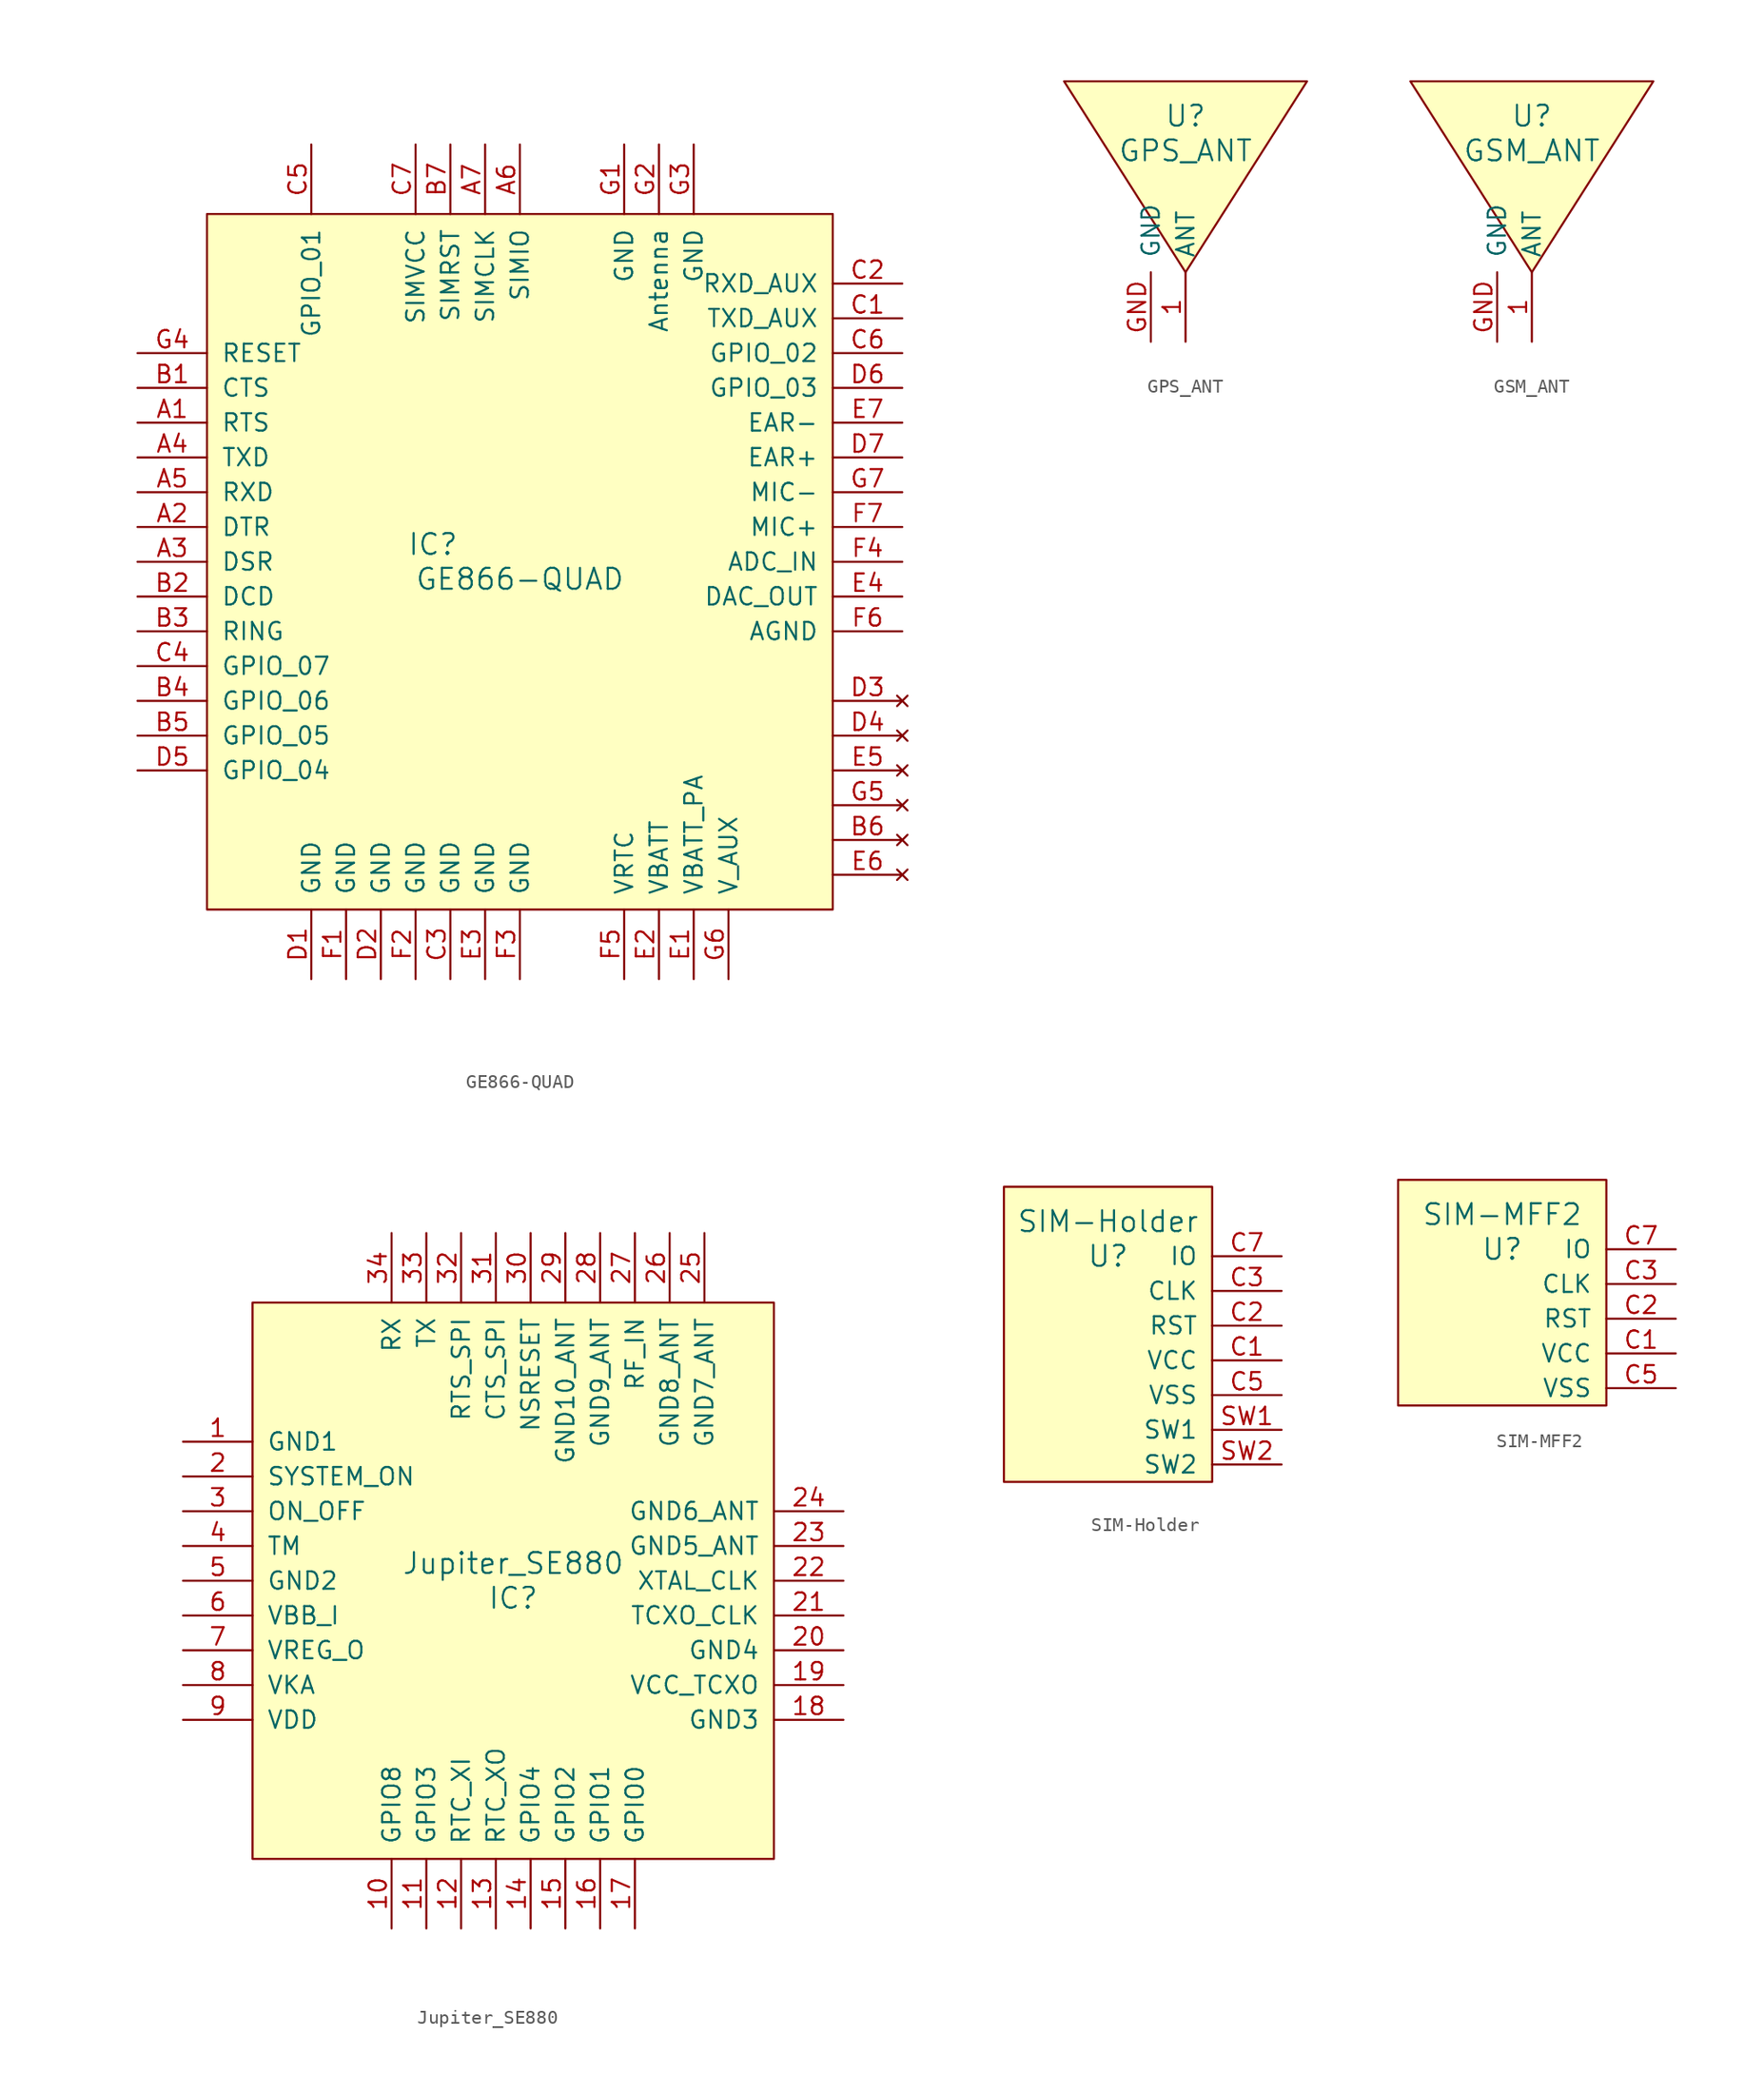
<source format=kicad_sym>
(kicad_symbol_lib
  (version 20241209)
  (generator "kicad_symbol_editor")
  (generator_version "9.0")
  (symbol "GE866-QUAD"
    (pin_names
      (offset 1.016))
    (property "Reference" "IC"
      (at -6.35 1.27 0)
      (effects (font (size 1.524 1.524))))
    (property "Value" "GE866-QUAD"
      (at 0 -1.27 0)
      (effects (font (size 1.524 1.524))))
    (property "Footprint" ""
      (at 0 -1.27 0)
      (effects (font (size 1.524 1.524))))
    (property "Datasheet" ""
      (at 0 -1.27 0)
      (effects (font (size 1.524 1.524))))
    (symbol "GE866-QUAD_0_1"
      (rectangle (start -22.86 25.4) (end 22.86 -25.4) (stroke (width 0) (type solid)) (fill (type background))))
    (symbol "GE866-QUAD_1_1"
      (pin input line (at -27.94 15.24 0) (length 5.08) (name "RESET" (effects (font (size 1.27 1.27)))) (number "G4" (effects (font (size 1.27 1.27)))))
      (pin output line (at -27.94 12.7 0) (length 5.08) (name "CTS" (effects (font (size 1.27 1.27)))) (number "B1" (effects (font (size 1.27 1.27)))))
      (pin input line (at -27.94 10.16 0) (length 5.08) (name "RTS" (effects (font (size 1.27 1.27)))) (number "A1" (effects (font (size 1.27 1.27)))))
      (pin input line (at -27.94 7.62 0) (length 5.08) (name "TXD" (effects (font (size 1.27 1.27)))) (number "A4" (effects (font (size 1.27 1.27)))))
      (pin output line (at -27.94 5.08 0) (length 5.08) (name "RXD" (effects (font (size 1.27 1.27)))) (number "A5" (effects (font (size 1.27 1.27)))))
      (pin input line (at -27.94 2.54 0) (length 5.08) (name "DTR" (effects (font (size 1.27 1.27)))) (number "A2" (effects (font (size 1.27 1.27)))))
      (pin output line (at -27.94 0 0) (length 5.08) (name "DSR" (effects (font (size 1.27 1.27)))) (number "A3" (effects (font (size 1.27 1.27)))))
      (pin output line (at -27.94 -2.54 0) (length 5.08) (name "DCD" (effects (font (size 1.27 1.27)))) (number "B2" (effects (font (size 1.27 1.27)))))
      (pin output line (at -27.94 -5.08 0) (length 5.08) (name "RING" (effects (font (size 1.27 1.27)))) (number "B3" (effects (font (size 1.27 1.27)))))
      (pin bidirectional line (at -27.94 -7.62 0) (length 5.08) (name "GPIO_07" (effects (font (size 1.27 1.27)))) (number "C4" (effects (font (size 1.27 1.27)))))
      (pin bidirectional line (at -27.94 -10.16 0) (length 5.08) (name "GPIO_06" (effects (font (size 1.27 1.27)))) (number "B4" (effects (font (size 1.27 1.27)))))
      (pin bidirectional line (at -27.94 -12.7 0) (length 5.08) (name "GPIO_05" (effects (font (size 1.27 1.27)))) (number "B5" (effects (font (size 1.27 1.27)))))
      (pin bidirectional line (at -27.94 -15.24 0) (length 5.08) (name "GPIO_04" (effects (font (size 1.27 1.27)))) (number "D5" (effects (font (size 1.27 1.27)))))
      (pin bidirectional line (at -15.24 30.48 270) (length 5.08) (name "GPIO_01" (effects (font (size 1.27 1.27)))) (number "C5" (effects (font (size 1.27 1.27)))))
      (pin power_in line (at -15.24 -30.48 90) (length 5.08) (name "GND" (effects (font (size 1.27 1.27)))) (number "D1" (effects (font (size 1.27 1.27)))))
      (pin power_in line (at -12.7 -30.48 90) (length 5.08) (name "GND" (effects (font (size 1.27 1.27)))) (number "F1" (effects (font (size 1.27 1.27)))))
      (pin power_in line (at -10.16 -30.48 90) (length 5.08) (name "GND" (effects (font (size 1.27 1.27)))) (number "D2" (effects (font (size 1.27 1.27)))))
      (pin power_out line (at -7.62 30.48 270) (length 5.08) (name "SIMVCC" (effects (font (size 1.27 1.27)))) (number "C7" (effects (font (size 1.27 1.27)))))
      (pin power_in line (at -7.62 -30.48 90) (length 5.08) (name "GND" (effects (font (size 1.27 1.27)))) (number "F2" (effects (font (size 1.27 1.27)))))
      (pin output line (at -5.08 30.48 270) (length 5.08) (name "SIMRST" (effects (font (size 1.27 1.27)))) (number "B7" (effects (font (size 1.27 1.27)))))
      (pin input line (at -5.08 -30.48 90) (length 5.08) (name "GND" (effects (font (size 1.27 1.27)))) (number "C3" (effects (font (size 1.27 1.27)))))
      (pin output line (at -2.54 30.48 270) (length 5.08) (name "SIMCLK" (effects (font (size 1.27 1.27)))) (number "A7" (effects (font (size 1.27 1.27)))))
      (pin input line (at -2.54 -30.48 90) (length 5.08) (name "GND" (effects (font (size 1.27 1.27)))) (number "E3" (effects (font (size 1.27 1.27)))))
      (pin bidirectional line (at 0 30.48 270) (length 5.08) (name "SIMIO" (effects (font (size 1.27 1.27)))) (number "A6" (effects (font (size 1.27 1.27)))))
      (pin power_in line (at 0 -30.48 90) (length 5.08) (name "GND" (effects (font (size 1.27 1.27)))) (number "F3" (effects (font (size 1.27 1.27)))))
      (pin power_in line (at 7.62 30.48 270) (length 5.08) (name "GND" (effects (font (size 1.27 1.27)))) (number "G1" (effects (font (size 1.27 1.27)))))
      (pin bidirectional line (at 7.62 -30.48 90) (length 5.08) (name "VRTC" (effects (font (size 1.27 1.27)))) (number "F5" (effects (font (size 1.27 1.27)))))
      (pin input line (at 10.16 30.48 270) (length 5.08) (name "Antenna" (effects (font (size 1.27 1.27)))) (number "G2" (effects (font (size 1.27 1.27)))))
      (pin power_in line (at 10.16 -30.48 90) (length 5.08) (name "VBATT" (effects (font (size 1.27 1.27)))) (number "E2" (effects (font (size 1.27 1.27)))))
      (pin power_in line (at 12.7 30.48 270) (length 5.08) (name "GND" (effects (font (size 1.27 1.27)))) (number "G3" (effects (font (size 1.27 1.27)))))
      (pin power_in line (at 12.7 -30.48 90) (length 5.08) (name "VBATT_PA" (effects (font (size 1.27 1.27)))) (number "E1" (effects (font (size 1.27 1.27)))))
      (pin power_out line (at 15.24 -30.48 90) (length 5.08) (name "V_AUX" (effects (font (size 1.27 1.27)))) (number "G6" (effects (font (size 1.27 1.27)))))
      (pin input line (at 27.94 20.32 180) (length 5.08) (name "RXD_AUX" (effects (font (size 1.27 1.27)))) (number "C2" (effects (font (size 1.27 1.27)))))
      (pin output line (at 27.94 17.78 180) (length 5.08) (name "TXD_AUX" (effects (font (size 1.27 1.27)))) (number "C1" (effects (font (size 1.27 1.27)))))
      (pin bidirectional line (at 27.94 15.24 180) (length 5.08) (name "GPIO_02" (effects (font (size 1.27 1.27)))) (number "C6" (effects (font (size 1.27 1.27)))))
      (pin bidirectional line (at 27.94 12.7 180) (length 5.08) (name "GPIO_03" (effects (font (size 1.27 1.27)))) (number "D6" (effects (font (size 1.27 1.27)))))
      (pin output line (at 27.94 10.16 180) (length 5.08) (name "EAR-" (effects (font (size 1.27 1.27)))) (number "E7" (effects (font (size 1.27 1.27)))))
      (pin output line (at 27.94 7.62 180) (length 5.08) (name "EAR+" (effects (font (size 1.27 1.27)))) (number "D7" (effects (font (size 1.27 1.27)))))
      (pin input line (at 27.94 5.08 180) (length 5.08) (name "MIC-" (effects (font (size 1.27 1.27)))) (number "G7" (effects (font (size 1.27 1.27)))))
      (pin input line (at 27.94 2.54 180) (length 5.08) (name "MIC+" (effects (font (size 1.27 1.27)))) (number "F7" (effects (font (size 1.27 1.27)))))
      (pin input line (at 27.94 0 180) (length 5.08) (name "ADC_IN" (effects (font (size 1.27 1.27)))) (number "F4" (effects (font (size 1.27 1.27)))))
      (pin output line (at 27.94 -2.54 180) (length 5.08) (name "DAC_OUT" (effects (font (size 1.27 1.27)))) (number "E4" (effects (font (size 1.27 1.27)))))
      (pin power_in line (at 27.94 -5.08 180) (length 5.08) (name "AGND" (effects (font (size 1.27 1.27)))) (number "F6" (effects (font (size 1.27 1.27)))))
      (pin no_connect line (at 27.94 -10.16 180) (length 5.08) (name "~" (effects (font (size 1.27 1.27)))) (number "D3" (effects (font (size 1.27 1.27)))))
      (pin no_connect line (at 27.94 -12.7 180) (length 5.08) (name "~" (effects (font (size 1.27 1.27)))) (number "D4" (effects (font (size 1.27 1.27)))))
      (pin no_connect line (at 27.94 -15.24 180) (length 5.08) (name "~" (effects (font (size 1.27 1.27)))) (number "E5" (effects (font (size 1.27 1.27)))))
      (pin no_connect line (at 27.94 -17.78 180) (length 5.08) (name "~" (effects (font (size 1.27 1.27)))) (number "G5" (effects (font (size 1.27 1.27)))))
      (pin no_connect line (at 27.94 -20.32 180) (length 5.08) (name "~" (effects (font (size 1.27 1.27)))) (number "B6" (effects (font (size 1.27 1.27)))))
      (pin no_connect line (at 27.94 -22.86 180) (length 5.08) (name "~" (effects (font (size 1.27 1.27)))) (number "E6" (effects (font (size 1.27 1.27)))))))
  (symbol "GPS_ANT"
    (pin_names
      (offset 1.016))
    (property "Reference" "U"
      (at 0 3.81 0)
      (effects (font (size 1.524 1.524))))
    (property "Value" "GPS_ANT"
      (at 0 1.27 0)
      (effects (font (size 1.524 1.524))))
    (property "Footprint" ""
      (at 0 2.54 0)
      (effects (font (size 1.524 1.524))))
    (property "Datasheet" ""
      (at 0 2.54 0)
      (effects (font (size 1.524 1.524))))
    (symbol "GPS_ANT_0_1"
      (polyline (pts (xy -8.89 6.35) (xy 0 6.35) (xy 8.89 6.35) (xy 0 -7.62) (xy -8.89 6.35)) (stroke (width 0) (type solid)) (fill (type background))))
    (symbol "GPS_ANT_1_1"
      (pin power_in line (at -2.54 -12.7 90) (length 5.08) (name "GND" (effects (font (size 1.27 1.27)))) (number "GND" (effects (font (size 1.27 1.27)))))
      (pin output line (at 0 -12.7 90) (length 5.08) (name "ANT" (effects (font (size 1.27 1.27)))) (number "1" (effects (font (size 1.27 1.27)))))))
  (symbol "GSM_ANT"
    (pin_names
      (offset 1.016))
    (property "Reference" "U"
      (at 0 3.81 0)
      (effects (font (size 1.524 1.524))))
    (property "Value" "GSM_ANT"
      (at 0 1.27 0)
      (effects (font (size 1.524 1.524))))
    (property "Footprint" ""
      (at 0 2.54 0)
      (effects (font (size 1.524 1.524))))
    (property "Datasheet" ""
      (at 0 2.54 0)
      (effects (font (size 1.524 1.524))))
    (symbol "GSM_ANT_0_1"
      (polyline (pts (xy -8.89 6.35) (xy 0 6.35) (xy 8.89 6.35) (xy 0 -7.62) (xy -8.89 6.35)) (stroke (width 0) (type solid)) (fill (type background))))
    (symbol "GSM_ANT_1_1"
      (pin power_in line (at -2.54 -12.7 90) (length 5.08) (name "GND" (effects (font (size 1.27 1.27)))) (number "GND" (effects (font (size 1.27 1.27)))))
      (pin output line (at 0 -12.7 90) (length 5.08) (name "ANT" (effects (font (size 1.27 1.27)))) (number "1" (effects (font (size 1.27 1.27)))))))
  (symbol "Jupiter_SE880"
    (pin_names
      (offset 1.016))
    (property "Reference" "IC"
      (at 0 -1.27 0)
      (effects (font (size 1.524 1.524))))
    (property "Value" "Jupiter_SE880"
      (at 0 1.27 0)
      (effects (font (size 1.524 1.524))))
    (property "Footprint" ""
      (at -27.94 7.62 0)
      (effects (font (size 1.524 1.524))))
    (property "Datasheet" ""
      (at -27.94 7.62 0)
      (effects (font (size 1.524 1.524))))
    (symbol "Jupiter_SE880_0_1"
      (rectangle (start -19.05 20.32) (end 19.05 -20.32) (stroke (width 0) (type solid)) (fill (type background))))
    (symbol "Jupiter_SE880_1_1"
      (pin power_in line (at -24.13 10.16 0) (length 5.08) (name "GND1" (effects (font (size 1.27 1.27)))) (number "1" (effects (font (size 1.27 1.27)))))
      (pin output line (at -24.13 7.62 0) (length 5.08) (name "SYSTEM_ON" (effects (font (size 1.27 1.27)))) (number "2" (effects (font (size 1.27 1.27)))))
      (pin input line (at -24.13 5.08 0) (length 5.08) (name "ON_OFF" (effects (font (size 1.27 1.27)))) (number "3" (effects (font (size 1.27 1.27)))))
      (pin output line (at -24.13 2.54 0) (length 5.08) (name "TM" (effects (font (size 1.27 1.27)))) (number "4" (effects (font (size 1.27 1.27)))))
      (pin power_in line (at -24.13 0 0) (length 5.08) (name "GND2" (effects (font (size 1.27 1.27)))) (number "5" (effects (font (size 1.27 1.27)))))
      (pin power_in line (at -24.13 -2.54 0) (length 5.08) (name "VBB_I" (effects (font (size 1.27 1.27)))) (number "6" (effects (font (size 1.27 1.27)))))
      (pin power_out line (at -24.13 -5.08 0) (length 5.08) (name "VREG_O" (effects (font (size 1.27 1.27)))) (number "7" (effects (font (size 1.27 1.27)))))
      (pin power_in line (at -24.13 -7.62 0) (length 5.08) (name "VKA" (effects (font (size 1.27 1.27)))) (number "8" (effects (font (size 1.27 1.27)))))
      (pin power_in line (at -24.13 -10.16 0) (length 5.08) (name "VDD" (effects (font (size 1.27 1.27)))) (number "9" (effects (font (size 1.27 1.27)))))
      (pin input line (at -8.89 25.4 270) (length 5.08) (name "RX" (effects (font (size 1.27 1.27)))) (number "34" (effects (font (size 1.27 1.27)))))
      (pin bidirectional line (at -8.89 -25.4 90) (length 5.08) (name "GPIO8" (effects (font (size 1.27 1.27)))) (number "10" (effects (font (size 1.27 1.27)))))
      (pin output line (at -6.35 25.4 270) (length 5.08) (name "TX" (effects (font (size 1.27 1.27)))) (number "33" (effects (font (size 1.27 1.27)))))
      (pin bidirectional line (at -6.35 -25.4 90) (length 5.08) (name "GPIO3" (effects (font (size 1.27 1.27)))) (number "11" (effects (font (size 1.27 1.27)))))
      (pin bidirectional line (at -3.81 25.4 270) (length 5.08) (name "RTS_SPI" (effects (font (size 1.27 1.27)))) (number "32" (effects (font (size 1.27 1.27)))))
      (pin bidirectional line (at -3.81 -25.4 90) (length 5.08) (name "RTC_XI" (effects (font (size 1.27 1.27)))) (number "12" (effects (font (size 1.27 1.27)))))
      (pin bidirectional line (at -1.27 25.4 270) (length 5.08) (name "CTS_SPI" (effects (font (size 1.27 1.27)))) (number "31" (effects (font (size 1.27 1.27)))))
      (pin bidirectional line (at -1.27 -25.4 90) (length 5.08) (name "RTC_XO" (effects (font (size 1.27 1.27)))) (number "13" (effects (font (size 1.27 1.27)))))
      (pin input line (at 1.27 25.4 270) (length 5.08) (name "NSRESET" (effects (font (size 1.27 1.27)))) (number "30" (effects (font (size 1.27 1.27)))))
      (pin bidirectional line (at 1.27 -25.4 90) (length 5.08) (name "GPIO4" (effects (font (size 1.27 1.27)))) (number "14" (effects (font (size 1.27 1.27)))))
      (pin power_in line (at 3.81 25.4 270) (length 5.08) (name "GND10_ANT" (effects (font (size 1.27 1.27)))) (number "29" (effects (font (size 1.27 1.27)))))
      (pin bidirectional line (at 3.81 -25.4 90) (length 5.08) (name "GPIO2" (effects (font (size 1.27 1.27)))) (number "15" (effects (font (size 1.27 1.27)))))
      (pin power_in line (at 6.35 25.4 270) (length 5.08) (name "GND9_ANT" (effects (font (size 1.27 1.27)))) (number "28" (effects (font (size 1.27 1.27)))))
      (pin bidirectional line (at 6.35 -25.4 90) (length 5.08) (name "GPIO1" (effects (font (size 1.27 1.27)))) (number "16" (effects (font (size 1.27 1.27)))))
      (pin input line (at 8.89 25.4 270) (length 5.08) (name "RF_IN" (effects (font (size 1.27 1.27)))) (number "27" (effects (font (size 1.27 1.27)))))
      (pin bidirectional line (at 8.89 -25.4 90) (length 5.08) (name "GPIO0" (effects (font (size 1.27 1.27)))) (number "17" (effects (font (size 1.27 1.27)))))
      (pin power_in line (at 11.43 25.4 270) (length 5.08) (name "GND8_ANT" (effects (font (size 1.27 1.27)))) (number "26" (effects (font (size 1.27 1.27)))))
      (pin power_in line (at 13.97 25.4 270) (length 5.08) (name "GND7_ANT" (effects (font (size 1.27 1.27)))) (number "25" (effects (font (size 1.27 1.27)))))
      (pin power_in line (at 24.13 5.08 180) (length 5.08) (name "GND6_ANT" (effects (font (size 1.27 1.27)))) (number "24" (effects (font (size 1.27 1.27)))))
      (pin power_in line (at 24.13 2.54 180) (length 5.08) (name "GND5_ANT" (effects (font (size 1.27 1.27)))) (number "23" (effects (font (size 1.27 1.27)))))
      (pin bidirectional line (at 24.13 0 180) (length 5.08) (name "XTAL_CLK" (effects (font (size 1.27 1.27)))) (number "22" (effects (font (size 1.27 1.27)))))
      (pin bidirectional line (at 24.13 -2.54 180) (length 5.08) (name "TCXO_CLK" (effects (font (size 1.27 1.27)))) (number "21" (effects (font (size 1.27 1.27)))))
      (pin power_in line (at 24.13 -5.08 180) (length 5.08) (name "GND4" (effects (font (size 1.27 1.27)))) (number "20" (effects (font (size 1.27 1.27)))))
      (pin power_out line (at 24.13 -7.62 180) (length 5.08) (name "VCC_TCXO" (effects (font (size 1.27 1.27)))) (number "19" (effects (font (size 1.27 1.27)))))
      (pin power_in line (at 24.13 -10.16 180) (length 5.08) (name "GND3" (effects (font (size 1.27 1.27)))) (number "18" (effects (font (size 1.27 1.27)))))))
  (symbol "SIM-Holder"
    (pin_names
      (offset 1.016))
    (property "Reference" "U"
      (at 0 5.08 0)
      (effects (font (size 1.524 1.524))))
    (property "Value" "SIM-Holder"
      (at 0 7.62 0)
      (effects (font (size 1.524 1.524))))
    (property "Footprint" ""
      (at -2.54 -2.54 0)
      (effects (font (size 1.524 1.524))))
    (property "Datasheet" ""
      (at -2.54 -2.54 0)
      (effects (font (size 1.524 1.524))))
    (symbol "SIM-Holder_0_1"
      (rectangle (start -7.62 10.16) (end 7.62 -11.43) (stroke (width 0) (type solid)) (fill (type background))))
    (symbol "SIM-Holder_1_1"
      (pin bidirectional line (at 12.7 5.08 180) (length 5.08) (name "IO" (effects (font (size 1.27 1.27)))) (number "C7" (effects (font (size 1.27 1.27)))))
      (pin input line (at 12.7 2.54 180) (length 5.08) (name "CLK" (effects (font (size 1.27 1.27)))) (number "C3" (effects (font (size 1.27 1.27)))))
      (pin input line (at 12.7 0 180) (length 5.08) (name "RST" (effects (font (size 1.27 1.27)))) (number "C2" (effects (font (size 1.27 1.27)))))
      (pin power_in line (at 12.7 -2.54 180) (length 5.08) (name "VCC" (effects (font (size 1.27 1.27)))) (number "C1" (effects (font (size 1.27 1.27)))))
      (pin power_in line (at 12.7 -5.08 180) (length 5.08) (name "VSS" (effects (font (size 1.27 1.27)))) (number "C5" (effects (font (size 1.27 1.27)))))
      (pin input line (at 12.7 -7.62 180) (length 5.08) (name "SW1" (effects (font (size 1.27 1.27)))) (number "SW1" (effects (font (size 1.27 1.27)))))
      (pin input line (at 12.7 -10.16 180) (length 5.08) (name "SW2" (effects (font (size 1.27 1.27)))) (number "SW2" (effects (font (size 1.27 1.27)))))))
  (symbol "SIM-MFF2"
    (pin_names
      (offset 1.016))
    (property "Reference" "U"
      (at 0 5.08 0)
      (effects (font (size 1.524 1.524))))
    (property "Value" "SIM-MFF2"
      (at 0 7.62 0)
      (effects (font (size 1.524 1.524))))
    (property "Footprint" ""
      (at -2.54 -2.54 0)
      (effects (font (size 1.524 1.524))))
    (property "Datasheet" ""
      (at -2.54 -2.54 0)
      (effects (font (size 1.524 1.524))))
    (symbol "SIM-MFF2_0_1"
      (rectangle (start -7.62 10.16) (end 7.62 -6.35) (stroke (width 0) (type solid)) (fill (type background))))
    (symbol "SIM-MFF2_1_1"
      (pin bidirectional line (at 12.7 5.08 180) (length 5.08) (name "IO" (effects (font (size 1.27 1.27)))) (number "C7" (effects (font (size 1.27 1.27)))))
      (pin input line (at 12.7 2.54 180) (length 5.08) (name "CLK" (effects (font (size 1.27 1.27)))) (number "C3" (effects (font (size 1.27 1.27)))))
      (pin input line (at 12.7 0 180) (length 5.08) (name "RST" (effects (font (size 1.27 1.27)))) (number "C2" (effects (font (size 1.27 1.27)))))
      (pin power_in line (at 12.7 -2.54 180) (length 5.08) (name "VCC" (effects (font (size 1.27 1.27)))) (number "C1" (effects (font (size 1.27 1.27)))))
      (pin power_in line (at 12.7 -5.08 180) (length 5.08) (name "VSS" (effects (font (size 1.27 1.27)))) (number "C5" (effects (font (size 1.27 1.27))))))))
</source>
